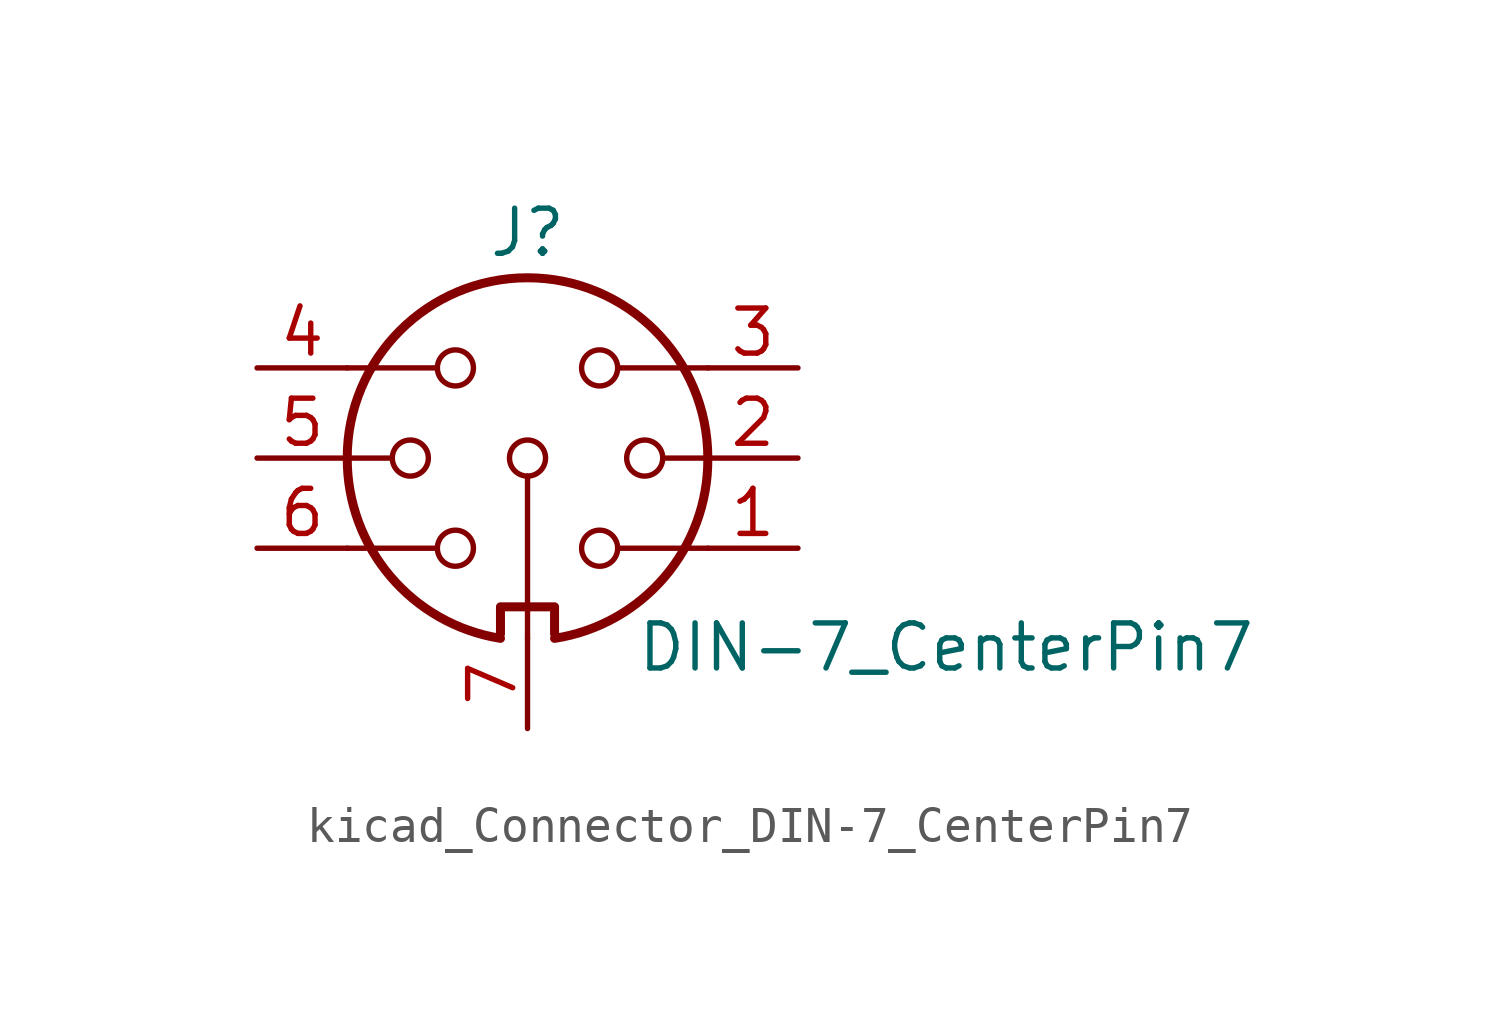
<source format=kicad_sym>
(kicad_symbol_lib
  (version 20220914)
  (generator kicad_symbol_editor)
  (symbol "kicad_Connector_DIN-7_CenterPin7"
    (pin_names
      (offset 1.016))
    (property "Reference" "J"
      (at 0 6.35 0)
      (effects (font (size 1.27 1.27))))
    (property "Value" "DIN-7_CenterPin7"
      (at 3.048 -5.334 0)
      (effects (font (size 1.27 1.27)) (justify left)))
    (symbol "kicad_Connector_DIN-7_CenterPin7_0_1"
      (arc (start -5.08 0) (mid -3.8609 -3.3364) (end -0.762 -5.08) (stroke (width 0.254) (type default)) (fill (type none)))
      (circle (center -3.302 0) (radius 0.508) (stroke (width 0) (type default)) (fill (type none)))
      (circle (center -2.032 -2.54) (radius 0.508) (stroke (width 0) (type default)) (fill (type none)))
      (circle (center -2.032 2.54) (radius 0.508) (stroke (width 0) (type default)) (fill (type none)))
      (polyline (pts (xy -5.08 0) (xy -3.81 0)) (stroke (width 0) (type default)) (fill (type none)))
      (polyline (pts (xy 0 -0.508) (xy 0 -5.08)) (stroke (width 0) (type default)) (fill (type none)))
      (polyline (pts (xy 5.08 0) (xy 3.81 0)) (stroke (width 0) (type default)) (fill (type none)))
      (polyline (pts (xy -5.08 -2.54) (xy -4.318 -2.54) (xy -2.54 -2.54)) (stroke (width 0) (type default)) (fill (type none)))
      (polyline (pts (xy -5.08 2.54) (xy -4.318 2.54) (xy -2.54 2.54)) (stroke (width 0) (type default)) (fill (type none)))
      (polyline (pts (xy 5.08 -2.54) (xy 4.318 -2.54) (xy 2.54 -2.54)) (stroke (width 0) (type default)) (fill (type none)))
      (polyline (pts (xy 5.08 2.54) (xy 4.318 2.54) (xy 2.54 2.54)) (stroke (width 0) (type default)) (fill (type none)))
      (polyline (pts (xy -0.762 -4.953) (xy -0.762 -4.191) (xy 0.762 -4.191) (xy 0.762 -4.953)) (stroke (width 0.254) (type default)) (fill (type none)))
      (circle (center 0 0) (radius 0.508) (stroke (width 0) (type default)) (fill (type none)))
      (arc (start 0.762 -5.08) (mid 3.8685 -3.343) (end 5.08 0) (stroke (width 0.254) (type default)) (fill (type none)))
      (circle (center 2.032 -2.54) (radius 0.508) (stroke (width 0) (type default)) (fill (type none)))
      (circle (center 2.032 2.54) (radius 0.508) (stroke (width 0) (type default)) (fill (type none)))
      (circle (center 3.302 0) (radius 0.508) (stroke (width 0) (type default)) (fill (type none)))
      (arc (start 5.08 0) (mid 0 5.0579) (end -5.08 0) (stroke (width 0.254) (type default)) (fill (type none))))
    (symbol "kicad_Connector_DIN-7_CenterPin7_1_1"
      (pin passive line (at 7.62 -2.54 180) (length 2.54) (name "~" (effects (font (size 1.27 1.27)))) (number "1" (effects (font (size 1.27 1.27)))))
      (pin passive line (at 7.62 0 180) (length 2.54) (name "~" (effects (font (size 1.27 1.27)))) (number "2" (effects (font (size 1.27 1.27)))))
      (pin passive line (at 7.62 2.54 180) (length 2.54) (name "~" (effects (font (size 1.27 1.27)))) (number "3" (effects (font (size 1.27 1.27)))))
      (pin passive line (at -7.62 2.54 0) (length 2.54) (name "~" (effects (font (size 1.27 1.27)))) (number "4" (effects (font (size 1.27 1.27)))))
      (pin passive line (at -7.62 0 0) (length 2.54) (name "~" (effects (font (size 1.27 1.27)))) (number "5" (effects (font (size 1.27 1.27)))))
      (pin passive line (at -7.62 -2.54 0) (length 2.54) (name "~" (effects (font (size 1.27 1.27)))) (number "6" (effects (font (size 1.27 1.27)))))
      (pin passive line (at 0 -7.62 90) (length 2.54) (name "~" (effects (font (size 1.27 1.27)))) (number "7" (effects (font (size 1.27 1.27))))))))
</source>
